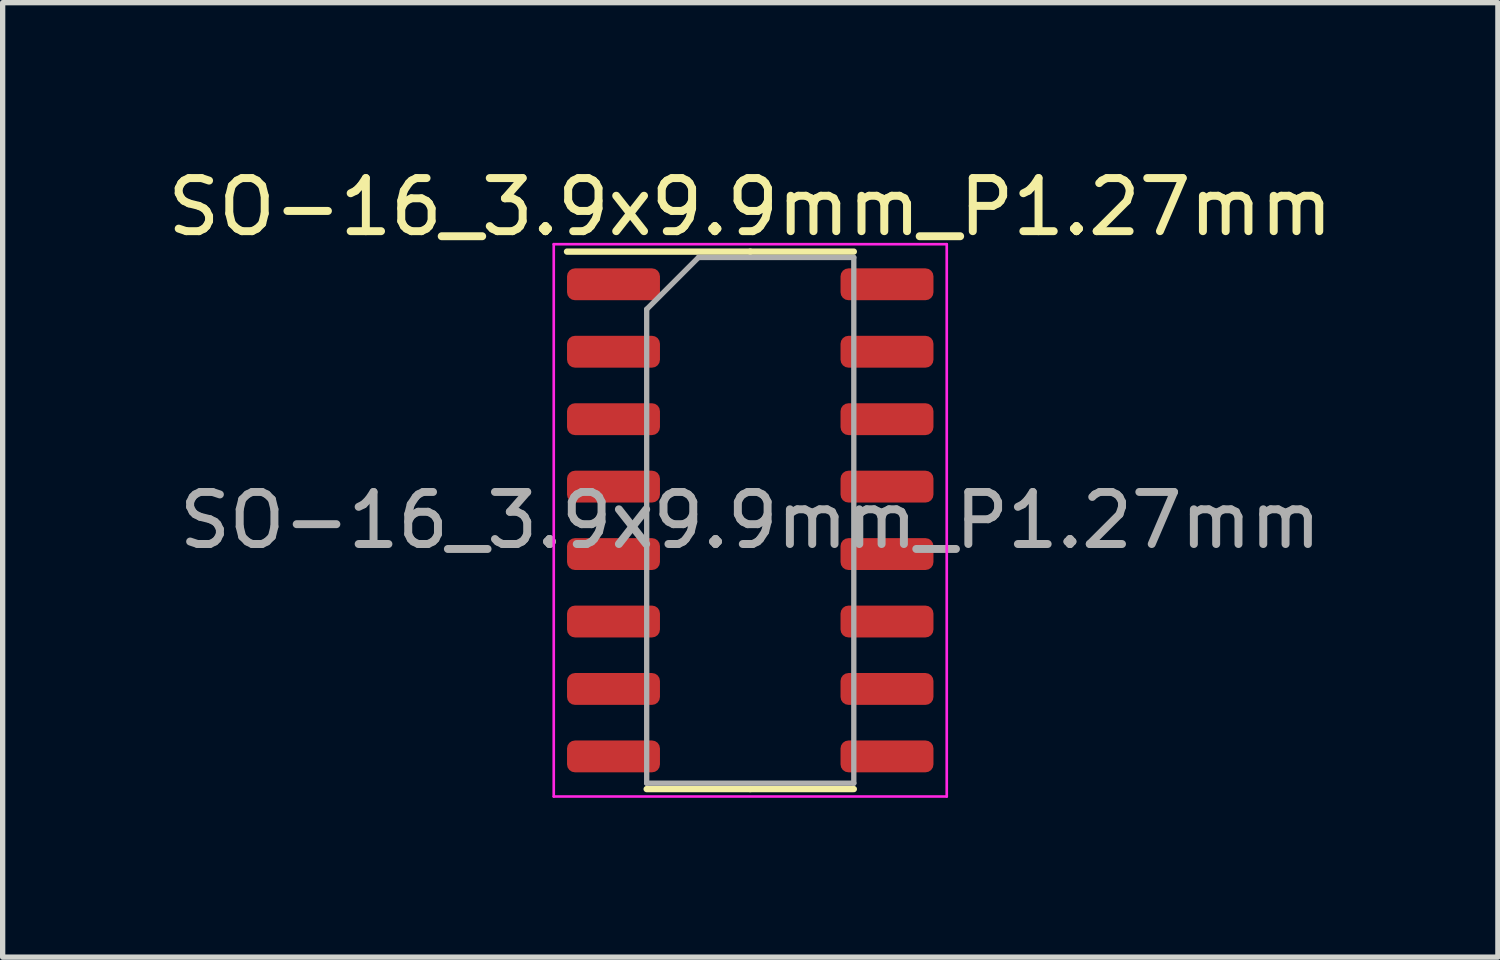
<source format=kicad_pcb>
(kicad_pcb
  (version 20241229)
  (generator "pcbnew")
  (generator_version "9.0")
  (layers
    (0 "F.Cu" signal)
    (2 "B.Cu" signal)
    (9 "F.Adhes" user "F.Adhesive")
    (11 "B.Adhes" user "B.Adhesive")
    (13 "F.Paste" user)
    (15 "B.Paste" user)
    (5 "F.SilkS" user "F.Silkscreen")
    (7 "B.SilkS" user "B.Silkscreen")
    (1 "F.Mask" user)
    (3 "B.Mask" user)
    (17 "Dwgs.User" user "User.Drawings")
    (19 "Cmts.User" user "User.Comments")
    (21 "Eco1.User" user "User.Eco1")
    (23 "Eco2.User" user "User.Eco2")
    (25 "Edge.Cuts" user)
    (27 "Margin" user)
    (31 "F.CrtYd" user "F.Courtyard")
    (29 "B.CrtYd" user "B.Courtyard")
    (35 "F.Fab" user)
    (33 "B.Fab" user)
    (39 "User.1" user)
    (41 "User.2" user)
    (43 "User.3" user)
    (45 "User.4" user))
  (footprint "SO-16_3.9x9.9mm_P1.27mm"
    (layer "F.Cu")
    (at 11.077 6.748)
    (property "Reference" "SO-16_3.9x9.9mm_P1.27mm" (at 0 -5.9 0) (layer "F.SilkS") (effects (font (size 1 1) (thickness 0.15))))
    (attr smd)
    (fp_line (start 0 -5.06) (end -3.45 -5.06) (stroke (width 0.12) (type solid)) (layer "F.SilkS"))
    (fp_line (start 0 -5.06) (end 1.95 -5.06) (stroke (width 0.12) (type solid)) (layer "F.SilkS"))
    (fp_line (start 0 5.06) (end -1.95 5.06) (stroke (width 0.12) (type solid)) (layer "F.SilkS"))
    (fp_line (start 0 5.06) (end 1.95 5.06) (stroke (width 0.12) (type solid)) (layer "F.SilkS"))
    (fp_line (start -3.7 -5.2) (end -3.7 5.2) (stroke (width 0.05) (type solid)) (layer "F.CrtYd"))
    (fp_line (start -3.7 5.2) (end 3.7 5.2) (stroke (width 0.05) (type solid)) (layer "F.CrtYd"))
    (fp_line (start 3.7 -5.2) (end -3.7 -5.2) (stroke (width 0.05) (type solid)) (layer "F.CrtYd"))
    (fp_line (start 3.7 5.2) (end 3.7 -5.2) (stroke (width 0.05) (type solid)) (layer "F.CrtYd"))
    (fp_line (start -1.95 -3.975) (end -0.975 -4.95) (stroke (width 0.1) (type solid)) (layer "F.Fab"))
    (fp_line (start -1.95 4.95) (end -1.95 -3.975) (stroke (width 0.1) (type solid)) (layer "F.Fab"))
    (fp_line (start -0.975 -4.95) (end 1.95 -4.95) (stroke (width 0.1) (type solid)) (layer "F.Fab"))
    (fp_line (start 1.95 -4.95) (end 1.95 4.95) (stroke (width 0.1) (type solid)) (layer "F.Fab"))
    (fp_line (start 1.95 4.95) (end -1.95 4.95) (stroke (width 0.1) (type solid)) (layer "F.Fab"))
    (fp_text user "${REFERENCE}" (at 0 0 0) (layer "F.Fab") (effects (font (size 0.98 0.98) (thickness 0.15))))
    (pad "1" smd roundrect (at -2.575 -4.445) (size 1.75 0.6) (layers "F.Cu" "F.Mask" "F.Paste") (roundrect_rratio 0.25))
    (pad "2" smd roundrect (at -2.575 -3.175) (size 1.75 0.6) (layers "F.Cu" "F.Mask" "F.Paste") (roundrect_rratio 0.25))
    (pad "3" smd roundrect (at -2.575 -1.905) (size 1.75 0.6) (layers "F.Cu" "F.Mask" "F.Paste") (roundrect_rratio 0.25))
    (pad "4" smd roundrect (at -2.575 -0.635) (size 1.75 0.6) (layers "F.Cu" "F.Mask" "F.Paste") (roundrect_rratio 0.25))
    (pad "5" smd roundrect (at -2.575 0.635) (size 1.75 0.6) (layers "F.Cu" "F.Mask" "F.Paste") (roundrect_rratio 0.25))
    (pad "6" smd roundrect (at -2.575 1.905) (size 1.75 0.6) (layers "F.Cu" "F.Mask" "F.Paste") (roundrect_rratio 0.25))
    (pad "7" smd roundrect (at -2.575 3.175) (size 1.75 0.6) (layers "F.Cu" "F.Mask" "F.Paste") (roundrect_rratio 0.25))
    (pad "8" smd roundrect (at -2.575 4.445) (size 1.75 0.6) (layers "F.Cu" "F.Mask" "F.Paste") (roundrect_rratio 0.25))
    (pad "9" smd roundrect (at 2.575 4.445) (size 1.75 0.6) (layers "F.Cu" "F.Mask" "F.Paste") (roundrect_rratio 0.25))
    (pad "10" smd roundrect (at 2.575 3.175) (size 1.75 0.6) (layers "F.Cu" "F.Mask" "F.Paste") (roundrect_rratio 0.25))
    (pad "11" smd roundrect (at 2.575 1.905) (size 1.75 0.6) (layers "F.Cu" "F.Mask" "F.Paste") (roundrect_rratio 0.25))
    (pad "12" smd roundrect (at 2.575 0.635) (size 1.75 0.6) (layers "F.Cu" "F.Mask" "F.Paste") (roundrect_rratio 0.25))
    (pad "13" smd roundrect (at 2.575 -0.635) (size 1.75 0.6) (layers "F.Cu" "F.Mask" "F.Paste") (roundrect_rratio 0.25))
    (pad "14" smd roundrect (at 2.575 -1.905) (size 1.75 0.6) (layers "F.Cu" "F.Mask" "F.Paste") (roundrect_rratio 0.25))
    (pad "15" smd roundrect (at 2.575 -3.175) (size 1.75 0.6) (layers "F.Cu" "F.Mask" "F.Paste") (roundrect_rratio 0.25))
    (pad "16" smd roundrect (at 2.575 -4.445) (size 1.75 0.6) (layers "F.Cu" "F.Mask" "F.Paste") (roundrect_rratio 0.25)))
  (gr_rect
    (start -3 -3)
    (end 25.155 14.973)
    (stroke (width 0.1) (type default))
    (fill no)
    (layer "Edge.Cuts")))
</source>
